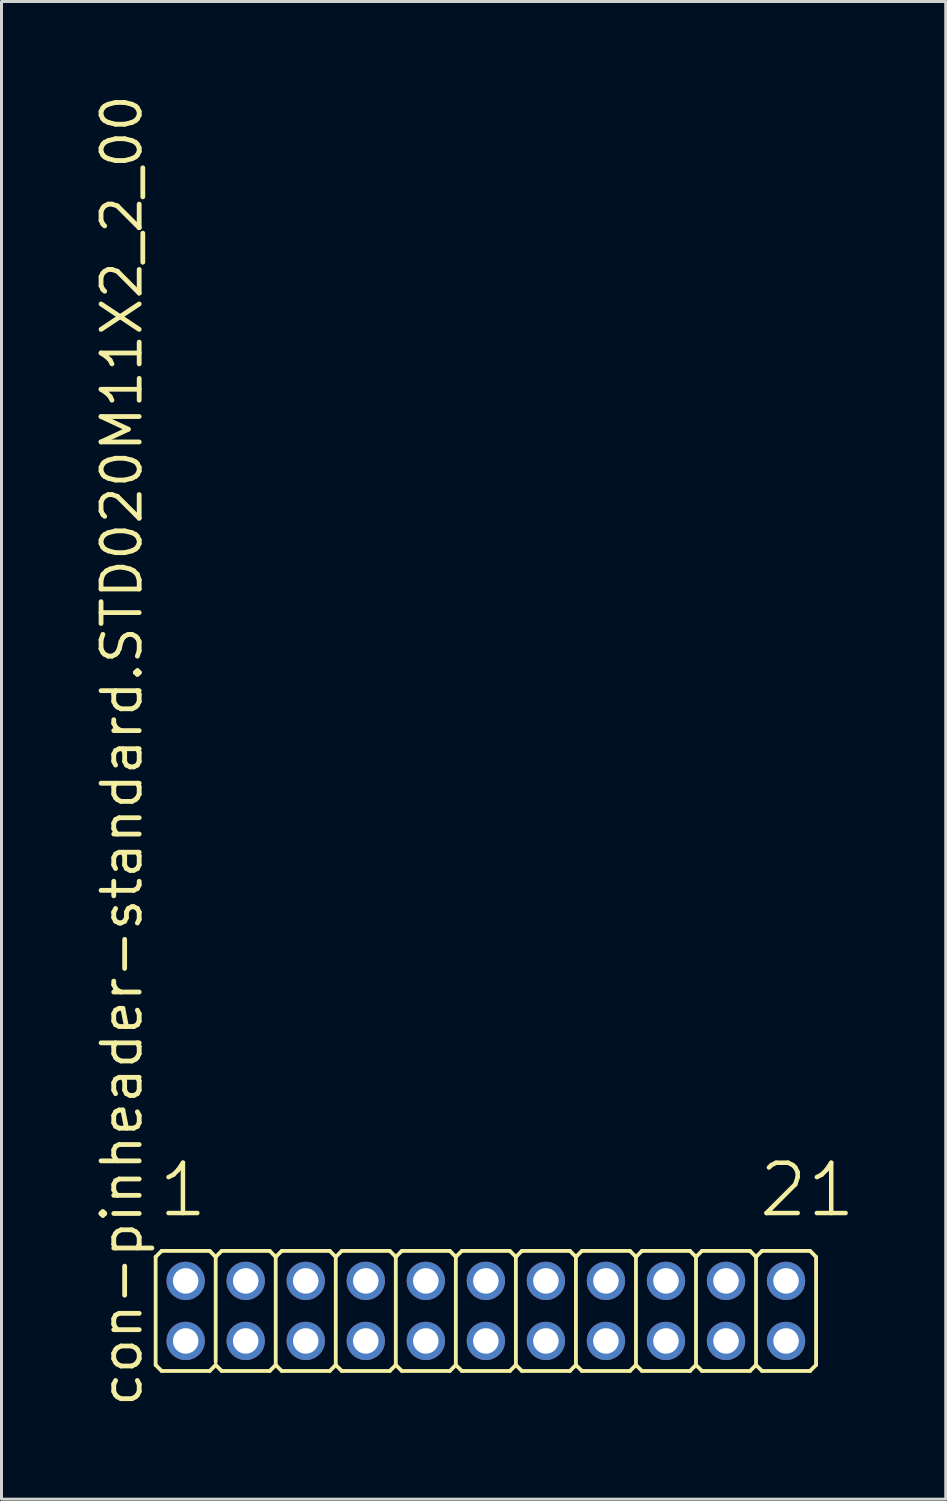
<source format=kicad_pcb>
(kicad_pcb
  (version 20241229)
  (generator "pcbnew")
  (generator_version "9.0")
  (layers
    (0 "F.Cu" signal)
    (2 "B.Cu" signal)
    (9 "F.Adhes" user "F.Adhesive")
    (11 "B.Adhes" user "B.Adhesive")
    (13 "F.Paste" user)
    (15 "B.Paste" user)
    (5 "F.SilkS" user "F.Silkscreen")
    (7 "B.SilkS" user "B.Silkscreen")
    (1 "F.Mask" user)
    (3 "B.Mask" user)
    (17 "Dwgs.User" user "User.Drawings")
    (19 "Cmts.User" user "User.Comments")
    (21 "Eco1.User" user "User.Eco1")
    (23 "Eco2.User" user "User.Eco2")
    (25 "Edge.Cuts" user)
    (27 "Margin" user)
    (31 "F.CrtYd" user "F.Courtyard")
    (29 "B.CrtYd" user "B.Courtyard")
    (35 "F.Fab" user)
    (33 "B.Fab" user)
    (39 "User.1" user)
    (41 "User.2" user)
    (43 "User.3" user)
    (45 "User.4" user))
  (footprint "con-pinheader-standard.STD020M11X2_2_00"
    (layer "F.Cu")
    (at 13.135 40.62)
    (property "Reference" "con-pinheader-standard.STD020M11X2_2_00" (at -11.385 3.27 90) (layer "F.SilkS") (effects (font (size 1.27 1.27) (thickness 0.16)) (justify left bottom)))
    (attr through_hole)
    (fp_line (start -11 1.8) (end -11 -1.8) (stroke (width 0.127) (type default)) (layer "F.SilkS"))
    (fp_line (start -10.8 -2) (end -11 -1.8) (stroke (width 0.127) (type default)) (layer "F.SilkS"))
    (fp_line (start -10.8 -2) (end -9.2 -2) (stroke (width 0.127) (type default)) (layer "F.SilkS"))
    (fp_line (start -10.8 2) (end -11 1.8) (stroke (width 0.127) (type default)) (layer "F.SilkS"))
    (fp_line (start -9.2 -2) (end -9 -1.8) (stroke (width 0.127) (type default)) (layer "F.SilkS"))
    (fp_line (start -9.2 2) (end -10.8 2) (stroke (width 0.127) (type default)) (layer "F.SilkS"))
    (fp_line (start -9.2 2) (end -9 1.8) (stroke (width 0.127) (type default)) (layer "F.SilkS"))
    (fp_line (start -9 -1.8) (end -9 1.7) (stroke (width 0.127) (type default)) (layer "F.SilkS"))
    (fp_line (start -8.8 -2) (end -9 -1.8) (stroke (width 0.127) (type default)) (layer "F.SilkS"))
    (fp_line (start -8.8 -2) (end -7.2 -2) (stroke (width 0.127) (type default)) (layer "F.SilkS"))
    (fp_line (start -8.8 2) (end -9 1.8) (stroke (width 0.127) (type default)) (layer "F.SilkS"))
    (fp_line (start -7.2 -2) (end -7 -1.8) (stroke (width 0.127) (type default)) (layer "F.SilkS"))
    (fp_line (start -7.2 2) (end -8.8 2) (stroke (width 0.127) (type default)) (layer "F.SilkS"))
    (fp_line (start -7.2 2) (end -7 1.8) (stroke (width 0.127) (type default)) (layer "F.SilkS"))
    (fp_line (start -7 -1.8) (end -7 1.8) (stroke (width 0.127) (type default)) (layer "F.SilkS"))
    (fp_line (start -6.8 -2) (end -7 -1.8) (stroke (width 0.127) (type default)) (layer "F.SilkS"))
    (fp_line (start -6.8 -2) (end -5.2 -2) (stroke (width 0.127) (type default)) (layer "F.SilkS"))
    (fp_line (start -6.8 2) (end -7 1.8) (stroke (width 0.127) (type default)) (layer "F.SilkS"))
    (fp_line (start -5.2 -2) (end -5 -1.8) (stroke (width 0.127) (type default)) (layer "F.SilkS"))
    (fp_line (start -5.2 2) (end -6.8 2) (stroke (width 0.127) (type default)) (layer "F.SilkS"))
    (fp_line (start -5.2 2) (end -5 1.8) (stroke (width 0.127) (type default)) (layer "F.SilkS"))
    (fp_line (start -5 -1.8) (end -5 1.8) (stroke (width 0.127) (type default)) (layer "F.SilkS"))
    (fp_line (start -4.8 -2) (end -5 -1.8) (stroke (width 0.127) (type default)) (layer "F.SilkS"))
    (fp_line (start -4.8 -2) (end -3.2 -2) (stroke (width 0.127) (type default)) (layer "F.SilkS"))
    (fp_line (start -4.8 2) (end -5 1.8) (stroke (width 0.127) (type default)) (layer "F.SilkS"))
    (fp_line (start -3.2 -2) (end -3 -1.8) (stroke (width 0.127) (type default)) (layer "F.SilkS"))
    (fp_line (start -3.2 2) (end -4.8 2) (stroke (width 0.127) (type default)) (layer "F.SilkS"))
    (fp_line (start -3.2 2) (end -3 1.8) (stroke (width 0.127) (type default)) (layer "F.SilkS"))
    (fp_line (start -3 -1.8) (end -3 1.8) (stroke (width 0.127) (type default)) (layer "F.SilkS"))
    (fp_line (start -2.8 -2) (end -3 -1.8) (stroke (width 0.127) (type default)) (layer "F.SilkS"))
    (fp_line (start -2.8 -2) (end -1.2 -2) (stroke (width 0.127) (type default)) (layer "F.SilkS"))
    (fp_line (start -2.8 2) (end -3 1.8) (stroke (width 0.127) (type default)) (layer "F.SilkS"))
    (fp_line (start -1.2 -2) (end -1 -1.8) (stroke (width 0.127) (type default)) (layer "F.SilkS"))
    (fp_line (start -1.2 2) (end -2.8 2) (stroke (width 0.127) (type default)) (layer "F.SilkS"))
    (fp_line (start -1.2 2) (end -1 1.8) (stroke (width 0.127) (type default)) (layer "F.SilkS"))
    (fp_line (start -1 -1.8) (end -1 1.8) (stroke (width 0.127) (type default)) (layer "F.SilkS"))
    (fp_line (start -0.8 -2) (end -1 -1.8) (stroke (width 0.127) (type default)) (layer "F.SilkS"))
    (fp_line (start -0.8 -2) (end 0.8 -2) (stroke (width 0.127) (type default)) (layer "F.SilkS"))
    (fp_line (start -0.8 2) (end -1 1.8) (stroke (width 0.127) (type default)) (layer "F.SilkS"))
    (fp_line (start 0.8 -2) (end 1 -1.8) (stroke (width 0.127) (type default)) (layer "F.SilkS"))
    (fp_line (start 0.8 2) (end -0.8 2) (stroke (width 0.127) (type default)) (layer "F.SilkS"))
    (fp_line (start 0.8 2) (end 1 1.8) (stroke (width 0.127) (type default)) (layer "F.SilkS"))
    (fp_line (start 1 -1.8) (end 1 1.8) (stroke (width 0.127) (type default)) (layer "F.SilkS"))
    (fp_line (start 1.2 -2) (end 1 -1.8) (stroke (width 0.127) (type default)) (layer "F.SilkS"))
    (fp_line (start 1.2 -2) (end 2.8 -2) (stroke (width 0.127) (type default)) (layer "F.SilkS"))
    (fp_line (start 1.2 2) (end 1 1.8) (stroke (width 0.127) (type default)) (layer "F.SilkS"))
    (fp_line (start 2.8 -2) (end 3 -1.8) (stroke (width 0.127) (type default)) (layer "F.SilkS"))
    (fp_line (start 2.8 2) (end 1.2 2) (stroke (width 0.127) (type default)) (layer "F.SilkS"))
    (fp_line (start 2.8 2) (end 3 1.8) (stroke (width 0.127) (type default)) (layer "F.SilkS"))
    (fp_line (start 3 -1.8) (end 3 1.8) (stroke (width 0.127) (type default)) (layer "F.SilkS"))
    (fp_line (start 3.2 -2) (end 3 -1.8) (stroke (width 0.127) (type default)) (layer "F.SilkS"))
    (fp_line (start 3.2 -2) (end 4.8 -2) (stroke (width 0.127) (type default)) (layer "F.SilkS"))
    (fp_line (start 3.2 2) (end 3 1.8) (stroke (width 0.127) (type default)) (layer "F.SilkS"))
    (fp_line (start 4.8 -2) (end 5 -1.8) (stroke (width 0.127) (type default)) (layer "F.SilkS"))
    (fp_line (start 4.8 2) (end 3.2 2) (stroke (width 0.127) (type default)) (layer "F.SilkS"))
    (fp_line (start 4.8 2) (end 5 1.8) (stroke (width 0.127) (type default)) (layer "F.SilkS"))
    (fp_line (start 5 -1.8) (end 5 1.8) (stroke (width 0.127) (type default)) (layer "F.SilkS"))
    (fp_line (start 5.2 -2) (end 5 -1.8) (stroke (width 0.127) (type default)) (layer "F.SilkS"))
    (fp_line (start 5.2 -2) (end 6.8 -2) (stroke (width 0.127) (type default)) (layer "F.SilkS"))
    (fp_line (start 5.2 2) (end 5 1.8) (stroke (width 0.127) (type default)) (layer "F.SilkS"))
    (fp_line (start 6.8 -2) (end 7 -1.8) (stroke (width 0.127) (type default)) (layer "F.SilkS"))
    (fp_line (start 6.8 2) (end 5.2 2) (stroke (width 0.127) (type default)) (layer "F.SilkS"))
    (fp_line (start 6.8 2) (end 7 1.8) (stroke (width 0.127) (type default)) (layer "F.SilkS"))
    (fp_line (start 7 -1.8) (end 7 1.8) (stroke (width 0.127) (type default)) (layer "F.SilkS"))
    (fp_line (start 7.2 -2) (end 7 -1.8) (stroke (width 0.127) (type default)) (layer "F.SilkS"))
    (fp_line (start 7.2 -2) (end 8.8 -2) (stroke (width 0.127) (type default)) (layer "F.SilkS"))
    (fp_line (start 7.2 2) (end 7 1.8) (stroke (width 0.127) (type default)) (layer "F.SilkS"))
    (fp_line (start 8.8 -2) (end 9 -1.8) (stroke (width 0.127) (type default)) (layer "F.SilkS"))
    (fp_line (start 8.8 2) (end 7.2 2) (stroke (width 0.127) (type default)) (layer "F.SilkS"))
    (fp_line (start 8.8 2) (end 9 1.8) (stroke (width 0.127) (type default)) (layer "F.SilkS"))
    (fp_line (start 9 -1.8) (end 9 1.8) (stroke (width 0.127) (type default)) (layer "F.SilkS"))
    (fp_line (start 9.2 -2) (end 9 -1.8) (stroke (width 0.127) (type default)) (layer "F.SilkS"))
    (fp_line (start 9.2 -2) (end 10.8 -2) (stroke (width 0.127) (type default)) (layer "F.SilkS"))
    (fp_line (start 9.2 2) (end 9 1.8) (stroke (width 0.127) (type default)) (layer "F.SilkS"))
    (fp_line (start 10.8 -2) (end 11 -1.8) (stroke (width 0.127) (type default)) (layer "F.SilkS"))
    (fp_line (start 10.8 2) (end 9.2 2) (stroke (width 0.127) (type default)) (layer "F.SilkS"))
    (fp_line (start 10.8 2) (end 11 1.8) (stroke (width 0.127) (type default)) (layer "F.SilkS"))
    (fp_line (start 11 -1.8) (end 11 1.8) (stroke (width 0.127) (type default)) (layer "F.SilkS"))
    (fp_rect (start -10.25 -0.75) (end -9.75 -1.25) (stroke (width 0.05) (type default)) (fill no) (layer "F.Fab"))
    (fp_rect (start -10.25 1.25) (end -9.75 0.75) (stroke (width 0.05) (type default)) (fill no) (layer "F.Fab"))
    (fp_rect (start -8.25 -0.75) (end -7.75 -1.25) (stroke (width 0.05) (type default)) (fill no) (layer "F.Fab"))
    (fp_rect (start -8.25 1.25) (end -7.75 0.75) (stroke (width 0.05) (type default)) (fill no) (layer "F.Fab"))
    (fp_rect (start -6.25 -0.75) (end -5.75 -1.25) (stroke (width 0.05) (type default)) (fill no) (layer "F.Fab"))
    (fp_rect (start -6.25 1.25) (end -5.75 0.75) (stroke (width 0.05) (type default)) (fill no) (layer "F.Fab"))
    (fp_rect (start -4.25 -0.75) (end -3.75 -1.25) (stroke (width 0.05) (type default)) (fill no) (layer "F.Fab"))
    (fp_rect (start -4.25 1.25) (end -3.75 0.75) (stroke (width 0.05) (type default)) (fill no) (layer "F.Fab"))
    (fp_rect (start -2.25 -0.75) (end -1.75 -1.25) (stroke (width 0.05) (type default)) (fill no) (layer "F.Fab"))
    (fp_rect (start -2.25 1.25) (end -1.75 0.75) (stroke (width 0.05) (type default)) (fill no) (layer "F.Fab"))
    (fp_rect (start -0.25 -0.75) (end 0.25 -1.25) (stroke (width 0.05) (type default)) (fill no) (layer "F.Fab"))
    (fp_rect (start -0.25 1.25) (end 0.25 0.75) (stroke (width 0.05) (type default)) (fill no) (layer "F.Fab"))
    (fp_rect (start 1.75 -0.75) (end 2.25 -1.25) (stroke (width 0.05) (type default)) (fill no) (layer "F.Fab"))
    (fp_rect (start 1.75 1.25) (end 2.25 0.75) (stroke (width 0.05) (type default)) (fill no) (layer "F.Fab"))
    (fp_rect (start 3.75 -0.75) (end 4.25 -1.25) (stroke (width 0.05) (type default)) (fill no) (layer "F.Fab"))
    (fp_rect (start 3.75 1.25) (end 4.25 0.75) (stroke (width 0.05) (type default)) (fill no) (layer "F.Fab"))
    (fp_rect (start 5.75 -0.75) (end 6.25 -1.25) (stroke (width 0.05) (type default)) (fill no) (layer "F.Fab"))
    (fp_rect (start 5.75 1.25) (end 6.25 0.75) (stroke (width 0.05) (type default)) (fill no) (layer "F.Fab"))
    (fp_rect (start 7.75 -0.75) (end 8.25 -1.25) (stroke (width 0.05) (type default)) (fill no) (layer "F.Fab"))
    (fp_rect (start 7.75 1.25) (end 8.25 0.75) (stroke (width 0.05) (type default)) (fill no) (layer "F.Fab"))
    (fp_rect (start 9.75 -0.75) (end 10.25 -1.25) (stroke (width 0.05) (type default)) (fill no) (layer "F.Fab"))
    (fp_rect (start 9.75 1.25) (end 10.25 0.75) (stroke (width 0.05) (type default)) (fill no) (layer "F.Fab"))
    (fp_text user "21" (at 9.012 -3.048 0) (layer "F.SilkS") (effects (font (size 1.676 1.676) (thickness 0.15)) (justify left bottom)))
    (fp_text user "1" (at -10.988 -3.048 0) (layer "F.SilkS") (effects (font (size 1.676 1.676) (thickness 0.15)) (justify left bottom)))
    (pad "1" thru_hole circle (at -10 -1) (size 1.275 1.275) (drill 0.85) (layers "*.Cu" "*.Mask"))
    (pad "2" thru_hole circle (at -10 1) (size 1.275 1.275) (drill 0.85) (layers "*.Cu" "*.Mask"))
    (pad "3" thru_hole circle (at -8 -1) (size 1.275 1.275) (drill 0.85) (layers "*.Cu" "*.Mask"))
    (pad "4" thru_hole circle (at -8 1) (size 1.275 1.275) (drill 0.85) (layers "*.Cu" "*.Mask"))
    (pad "5" thru_hole circle (at -6 -1) (size 1.275 1.275) (drill 0.85) (layers "*.Cu" "*.Mask"))
    (pad "6" thru_hole circle (at -6 1) (size 1.275 1.275) (drill 0.85) (layers "*.Cu" "*.Mask"))
    (pad "7" thru_hole circle (at -4 -1) (size 1.275 1.275) (drill 0.85) (layers "*.Cu" "*.Mask"))
    (pad "8" thru_hole circle (at -4 1) (size 1.275 1.275) (drill 0.85) (layers "*.Cu" "*.Mask"))
    (pad "9" thru_hole circle (at -2 -1) (size 1.275 1.275) (drill 0.85) (layers "*.Cu" "*.Mask"))
    (pad "10" thru_hole circle (at -2 1) (size 1.275 1.275) (drill 0.85) (layers "*.Cu" "*.Mask"))
    (pad "11" thru_hole circle (at 0 -1) (size 1.275 1.275) (drill 0.85) (layers "*.Cu" "*.Mask"))
    (pad "12" thru_hole circle (at 0 1) (size 1.275 1.275) (drill 0.85) (layers "*.Cu" "*.Mask"))
    (pad "13" thru_hole circle (at 2 -1) (size 1.275 1.275) (drill 0.85) (layers "*.Cu" "*.Mask"))
    (pad "14" thru_hole circle (at 2 1) (size 1.275 1.275) (drill 0.85) (layers "*.Cu" "*.Mask"))
    (pad "15" thru_hole circle (at 4 -1) (size 1.275 1.275) (drill 0.85) (layers "*.Cu" "*.Mask"))
    (pad "16" thru_hole circle (at 4 1) (size 1.275 1.275) (drill 0.85) (layers "*.Cu" "*.Mask"))
    (pad "17" thru_hole circle (at 6 -1) (size 1.275 1.275) (drill 0.85) (layers "*.Cu" "*.Mask"))
    (pad "18" thru_hole circle (at 6 1) (size 1.275 1.275) (drill 0.85) (layers "*.Cu" "*.Mask"))
    (pad "19" thru_hole circle (at 8 -1) (size 1.275 1.275) (drill 0.85) (layers "*.Cu" "*.Mask"))
    (pad "20" thru_hole circle (at 8 1) (size 1.275 1.275) (drill 0.85) (layers "*.Cu" "*.Mask"))
    (pad "21" thru_hole circle (at 10 -1) (size 1.275 1.275) (drill 0.85) (layers "*.Cu" "*.Mask"))
    (pad "22" thru_hole circle (at 10 1) (size 1.275 1.275) (drill 0.85) (layers "*.Cu" "*.Mask")))
  (gr_rect
    (start -3 -3)
    (end 28.455 46.89)
    (stroke (width 0.1) (type default))
    (fill no)
    (layer "Edge.Cuts")))
</source>
